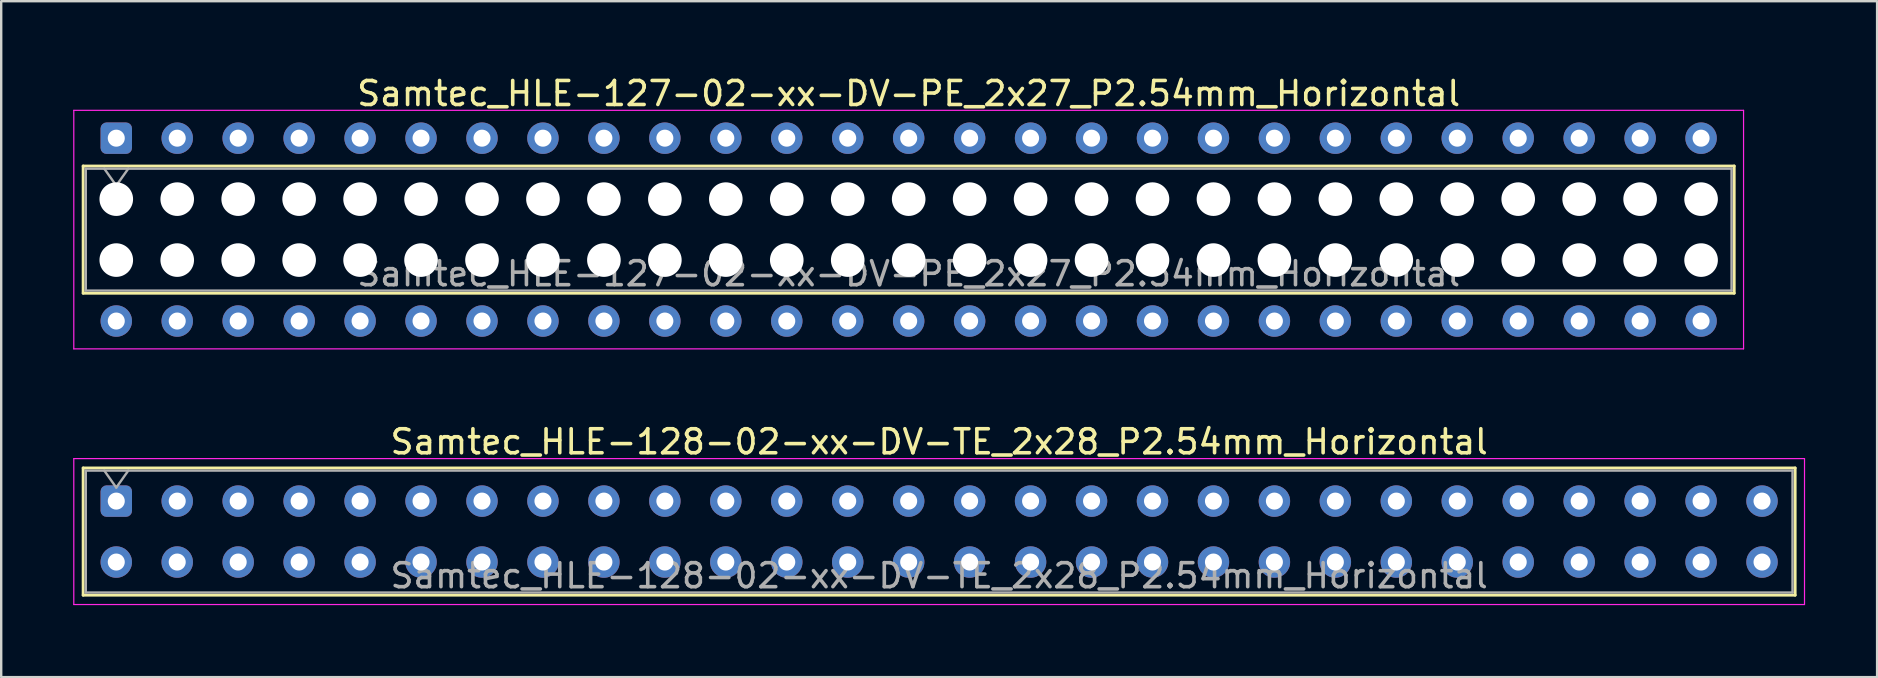
<source format=kicad_pcb>
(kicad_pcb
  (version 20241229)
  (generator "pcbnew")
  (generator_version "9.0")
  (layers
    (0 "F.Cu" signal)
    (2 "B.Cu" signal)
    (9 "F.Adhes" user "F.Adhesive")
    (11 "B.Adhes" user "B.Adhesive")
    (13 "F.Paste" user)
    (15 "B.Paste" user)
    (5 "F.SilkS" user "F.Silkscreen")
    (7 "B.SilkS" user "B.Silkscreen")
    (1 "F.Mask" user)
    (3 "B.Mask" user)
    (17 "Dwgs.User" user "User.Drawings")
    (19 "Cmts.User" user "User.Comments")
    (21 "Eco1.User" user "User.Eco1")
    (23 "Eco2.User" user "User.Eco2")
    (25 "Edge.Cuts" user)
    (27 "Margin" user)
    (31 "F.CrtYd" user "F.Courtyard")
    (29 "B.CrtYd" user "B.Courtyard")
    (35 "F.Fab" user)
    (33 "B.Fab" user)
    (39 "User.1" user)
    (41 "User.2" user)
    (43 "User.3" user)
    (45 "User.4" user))
  (footprint "Samtec_HLE-128-02-xx-DV-TE_2x28_P2.54mm_Horizontal"
    (layer "F.Cu")
    (at 1.795 17.831)
    (property "Reference" "Samtec_HLE-128-02-xx-DV-TE_2x28_P2.54mm_Horizontal" (at 34.29 -2.47 0) (layer "F.SilkS") (effects (font (size 1 1) (thickness 0.15))))
    (attr through_hole)
    (fp_line (start -1.38 -1.38) (end 69.96 -1.38) (stroke (width 0.12) (type solid)) (layer "F.SilkS"))
    (fp_line (start -1.38 3.92) (end -1.38 -1.38) (stroke (width 0.12) (type solid)) (layer "F.SilkS"))
    (fp_line (start 69.96 -1.38) (end 69.96 3.92) (stroke (width 0.12) (type solid)) (layer "F.SilkS"))
    (fp_line (start 69.96 3.92) (end -1.38 3.92) (stroke (width 0.12) (type solid)) (layer "F.SilkS"))
    (fp_line (start -1.77 -1.77) (end 70.35 -1.77) (stroke (width 0.05) (type solid)) (layer "F.CrtYd"))
    (fp_line (start -1.77 4.31) (end -1.77 -1.77) (stroke (width 0.05) (type solid)) (layer "F.CrtYd"))
    (fp_line (start 70.35 -1.77) (end 70.35 4.31) (stroke (width 0.05) (type solid)) (layer "F.CrtYd"))
    (fp_line (start 70.35 4.31) (end -1.77 4.31) (stroke (width 0.05) (type solid)) (layer "F.CrtYd"))
    (fp_line (start -1.27 -1.27) (end 69.85 -1.27) (stroke (width 0.1) (type solid)) (layer "F.Fab"))
    (fp_line (start -1.27 3.81) (end -1.27 -1.27) (stroke (width 0.1) (type solid)) (layer "F.Fab"))
    (fp_line (start -0.5 -1.27) (end 0 -0.563) (stroke (width 0.1) (type solid)) (layer "F.Fab"))
    (fp_line (start 0 -0.563) (end 0.5 -1.27) (stroke (width 0.1) (type solid)) (layer "F.Fab"))
    (fp_line (start 69.85 -1.27) (end 69.85 3.81) (stroke (width 0.1) (type solid)) (layer "F.Fab"))
    (fp_line (start 69.85 3.81) (end -1.27 3.81) (stroke (width 0.1) (type solid)) (layer "F.Fab"))
    (fp_text user "${REFERENCE}" (at 34.29 3.11 0) (layer "F.Fab") (effects (font (size 1 1) (thickness 0.15))))
    (pad "1" thru_hole roundrect (at 0 0) (size 1.31 1.31) (drill 0.71) (layers "*.Cu" "*.Mask") (roundrect_rratio 0.191))
    (pad "2" thru_hole circle (at 0 2.54) (size 1.31 1.31) (drill 0.71) (layers "*.Cu" "*.Mask"))
    (pad "3" thru_hole circle (at 2.54 0) (size 1.31 1.31) (drill 0.71) (layers "*.Cu" "*.Mask"))
    (pad "4" thru_hole circle (at 2.54 2.54) (size 1.31 1.31) (drill 0.71) (layers "*.Cu" "*.Mask"))
    (pad "5" thru_hole circle (at 5.08 0) (size 1.31 1.31) (drill 0.71) (layers "*.Cu" "*.Mask"))
    (pad "6" thru_hole circle (at 5.08 2.54) (size 1.31 1.31) (drill 0.71) (layers "*.Cu" "*.Mask"))
    (pad "7" thru_hole circle (at 7.62 0) (size 1.31 1.31) (drill 0.71) (layers "*.Cu" "*.Mask"))
    (pad "8" thru_hole circle (at 7.62 2.54) (size 1.31 1.31) (drill 0.71) (layers "*.Cu" "*.Mask"))
    (pad "9" thru_hole circle (at 10.16 0) (size 1.31 1.31) (drill 0.71) (layers "*.Cu" "*.Mask"))
    (pad "10" thru_hole circle (at 10.16 2.54) (size 1.31 1.31) (drill 0.71) (layers "*.Cu" "*.Mask"))
    (pad "11" thru_hole circle (at 12.7 0) (size 1.31 1.31) (drill 0.71) (layers "*.Cu" "*.Mask"))
    (pad "12" thru_hole circle (at 12.7 2.54) (size 1.31 1.31) (drill 0.71) (layers "*.Cu" "*.Mask"))
    (pad "13" thru_hole circle (at 15.24 0) (size 1.31 1.31) (drill 0.71) (layers "*.Cu" "*.Mask"))
    (pad "14" thru_hole circle (at 15.24 2.54) (size 1.31 1.31) (drill 0.71) (layers "*.Cu" "*.Mask"))
    (pad "15" thru_hole circle (at 17.78 0) (size 1.31 1.31) (drill 0.71) (layers "*.Cu" "*.Mask"))
    (pad "16" thru_hole circle (at 17.78 2.54) (size 1.31 1.31) (drill 0.71) (layers "*.Cu" "*.Mask"))
    (pad "17" thru_hole circle (at 20.32 0) (size 1.31 1.31) (drill 0.71) (layers "*.Cu" "*.Mask"))
    (pad "18" thru_hole circle (at 20.32 2.54) (size 1.31 1.31) (drill 0.71) (layers "*.Cu" "*.Mask"))
    (pad "19" thru_hole circle (at 22.86 0) (size 1.31 1.31) (drill 0.71) (layers "*.Cu" "*.Mask"))
    (pad "20" thru_hole circle (at 22.86 2.54) (size 1.31 1.31) (drill 0.71) (layers "*.Cu" "*.Mask"))
    (pad "21" thru_hole circle (at 25.4 0) (size 1.31 1.31) (drill 0.71) (layers "*.Cu" "*.Mask"))
    (pad "22" thru_hole circle (at 25.4 2.54) (size 1.31 1.31) (drill 0.71) (layers "*.Cu" "*.Mask"))
    (pad "23" thru_hole circle (at 27.94 0) (size 1.31 1.31) (drill 0.71) (layers "*.Cu" "*.Mask"))
    (pad "24" thru_hole circle (at 27.94 2.54) (size 1.31 1.31) (drill 0.71) (layers "*.Cu" "*.Mask"))
    (pad "25" thru_hole circle (at 30.48 0) (size 1.31 1.31) (drill 0.71) (layers "*.Cu" "*.Mask"))
    (pad "26" thru_hole circle (at 30.48 2.54) (size 1.31 1.31) (drill 0.71) (layers "*.Cu" "*.Mask"))
    (pad "27" thru_hole circle (at 33.02 0) (size 1.31 1.31) (drill 0.71) (layers "*.Cu" "*.Mask"))
    (pad "28" thru_hole circle (at 33.02 2.54) (size 1.31 1.31) (drill 0.71) (layers "*.Cu" "*.Mask"))
    (pad "29" thru_hole circle (at 35.56 0) (size 1.31 1.31) (drill 0.71) (layers "*.Cu" "*.Mask"))
    (pad "30" thru_hole circle (at 35.56 2.54) (size 1.31 1.31) (drill 0.71) (layers "*.Cu" "*.Mask"))
    (pad "31" thru_hole circle (at 38.1 0) (size 1.31 1.31) (drill 0.71) (layers "*.Cu" "*.Mask"))
    (pad "32" thru_hole circle (at 38.1 2.54) (size 1.31 1.31) (drill 0.71) (layers "*.Cu" "*.Mask"))
    (pad "33" thru_hole circle (at 40.64 0) (size 1.31 1.31) (drill 0.71) (layers "*.Cu" "*.Mask"))
    (pad "34" thru_hole circle (at 40.64 2.54) (size 1.31 1.31) (drill 0.71) (layers "*.Cu" "*.Mask"))
    (pad "35" thru_hole circle (at 43.18 0) (size 1.31 1.31) (drill 0.71) (layers "*.Cu" "*.Mask"))
    (pad "36" thru_hole circle (at 43.18 2.54) (size 1.31 1.31) (drill 0.71) (layers "*.Cu" "*.Mask"))
    (pad "37" thru_hole circle (at 45.72 0) (size 1.31 1.31) (drill 0.71) (layers "*.Cu" "*.Mask"))
    (pad "38" thru_hole circle (at 45.72 2.54) (size 1.31 1.31) (drill 0.71) (layers "*.Cu" "*.Mask"))
    (pad "39" thru_hole circle (at 48.26 0) (size 1.31 1.31) (drill 0.71) (layers "*.Cu" "*.Mask"))
    (pad "40" thru_hole circle (at 48.26 2.54) (size 1.31 1.31) (drill 0.71) (layers "*.Cu" "*.Mask"))
    (pad "41" thru_hole circle (at 50.8 0) (size 1.31 1.31) (drill 0.71) (layers "*.Cu" "*.Mask"))
    (pad "42" thru_hole circle (at 50.8 2.54) (size 1.31 1.31) (drill 0.71) (layers "*.Cu" "*.Mask"))
    (pad "43" thru_hole circle (at 53.34 0) (size 1.31 1.31) (drill 0.71) (layers "*.Cu" "*.Mask"))
    (pad "44" thru_hole circle (at 53.34 2.54) (size 1.31 1.31) (drill 0.71) (layers "*.Cu" "*.Mask"))
    (pad "45" thru_hole circle (at 55.88 0) (size 1.31 1.31) (drill 0.71) (layers "*.Cu" "*.Mask"))
    (pad "46" thru_hole circle (at 55.88 2.54) (size 1.31 1.31) (drill 0.71) (layers "*.Cu" "*.Mask"))
    (pad "47" thru_hole circle (at 58.42 0) (size 1.31 1.31) (drill 0.71) (layers "*.Cu" "*.Mask"))
    (pad "48" thru_hole circle (at 58.42 2.54) (size 1.31 1.31) (drill 0.71) (layers "*.Cu" "*.Mask"))
    (pad "49" thru_hole circle (at 60.96 0) (size 1.31 1.31) (drill 0.71) (layers "*.Cu" "*.Mask"))
    (pad "50" thru_hole circle (at 60.96 2.54) (size 1.31 1.31) (drill 0.71) (layers "*.Cu" "*.Mask"))
    (pad "51" thru_hole circle (at 63.5 0) (size 1.31 1.31) (drill 0.71) (layers "*.Cu" "*.Mask"))
    (pad "52" thru_hole circle (at 63.5 2.54) (size 1.31 1.31) (drill 0.71) (layers "*.Cu" "*.Mask"))
    (pad "53" thru_hole circle (at 66.04 0) (size 1.31 1.31) (drill 0.71) (layers "*.Cu" "*.Mask"))
    (pad "54" thru_hole circle (at 66.04 2.54) (size 1.31 1.31) (drill 0.71) (layers "*.Cu" "*.Mask"))
    (pad "55" thru_hole circle (at 68.58 0) (size 1.31 1.31) (drill 0.71) (layers "*.Cu" "*.Mask"))
    (pad "56" thru_hole circle (at 68.58 2.54) (size 1.31 1.31) (drill 0.71) (layers "*.Cu" "*.Mask")))
  (footprint "Samtec_HLE-127-02-xx-DV-PE_2x27_P2.54mm_Horizontal"
    (layer "F.Cu")
    (at 1.795 2.708)
    (property "Reference" "Samtec_HLE-127-02-xx-DV-PE_2x27_P2.54mm_Horizontal" (at 33.02 -1.86 0) (layer "F.SilkS") (effects (font (size 1 1) (thickness 0.15))))
    (attr through_hole)
    (fp_line (start -1.38 1.16) (end 67.42 1.16) (stroke (width 0.12) (type solid)) (layer "F.SilkS"))
    (fp_line (start -1.38 6.46) (end -1.38 1.16) (stroke (width 0.12) (type solid)) (layer "F.SilkS"))
    (fp_line (start 67.42 1.16) (end 67.42 6.46) (stroke (width 0.12) (type solid)) (layer "F.SilkS"))
    (fp_line (start 67.42 6.46) (end -1.38 6.46) (stroke (width 0.12) (type solid)) (layer "F.SilkS"))
    (fp_line (start -1.77 -1.16) (end 67.81 -1.16) (stroke (width 0.05) (type solid)) (layer "F.CrtYd"))
    (fp_line (start -1.77 8.78) (end -1.77 -1.16) (stroke (width 0.05) (type solid)) (layer "F.CrtYd"))
    (fp_line (start 67.81 -1.16) (end 67.81 8.78) (stroke (width 0.05) (type solid)) (layer "F.CrtYd"))
    (fp_line (start 67.81 8.78) (end -1.77 8.78) (stroke (width 0.05) (type solid)) (layer "F.CrtYd"))
    (fp_line (start -1.27 1.27) (end 67.31 1.27) (stroke (width 0.1) (type solid)) (layer "F.Fab"))
    (fp_line (start -1.27 6.35) (end -1.27 1.27) (stroke (width 0.1) (type solid)) (layer "F.Fab"))
    (fp_line (start -0.5 1.27) (end 0 1.977) (stroke (width 0.1) (type solid)) (layer "F.Fab"))
    (fp_line (start 0 1.977) (end 0.5 1.27) (stroke (width 0.1) (type solid)) (layer "F.Fab"))
    (fp_line (start 67.31 1.27) (end 67.31 6.35) (stroke (width 0.1) (type solid)) (layer "F.Fab"))
    (fp_line (start 67.31 6.35) (end -1.27 6.35) (stroke (width 0.1) (type solid)) (layer "F.Fab"))
    (fp_text user "${REFERENCE}" (at 33.02 5.65 0) (layer "F.Fab") (effects (font (size 1 1) (thickness 0.15))))
    (pad "" np_thru_hole circle (at 0 2.54) (size 1.4 1.4) (drill 1.4) (layers "*.Cu" "*.Mask"))
    (pad "" np_thru_hole circle (at 0 5.08) (size 1.4 1.4) (drill 1.4) (layers "*.Cu" "*.Mask"))
    (pad "" np_thru_hole circle (at 2.54 2.54) (size 1.4 1.4) (drill 1.4) (layers "*.Cu" "*.Mask"))
    (pad "" np_thru_hole circle (at 2.54 5.08) (size 1.4 1.4) (drill 1.4) (layers "*.Cu" "*.Mask"))
    (pad "" np_thru_hole circle (at 5.08 2.54) (size 1.4 1.4) (drill 1.4) (layers "*.Cu" "*.Mask"))
    (pad "" np_thru_hole circle (at 5.08 5.08) (size 1.4 1.4) (drill 1.4) (layers "*.Cu" "*.Mask"))
    (pad "" np_thru_hole circle (at 7.62 2.54) (size 1.4 1.4) (drill 1.4) (layers "*.Cu" "*.Mask"))
    (pad "" np_thru_hole circle (at 7.62 5.08) (size 1.4 1.4) (drill 1.4) (layers "*.Cu" "*.Mask"))
    (pad "" np_thru_hole circle (at 10.16 2.54) (size 1.4 1.4) (drill 1.4) (layers "*.Cu" "*.Mask"))
    (pad "" np_thru_hole circle (at 10.16 5.08) (size 1.4 1.4) (drill 1.4) (layers "*.Cu" "*.Mask"))
    (pad "" np_thru_hole circle (at 12.7 2.54) (size 1.4 1.4) (drill 1.4) (layers "*.Cu" "*.Mask"))
    (pad "" np_thru_hole circle (at 12.7 5.08) (size 1.4 1.4) (drill 1.4) (layers "*.Cu" "*.Mask"))
    (pad "" np_thru_hole circle (at 15.24 2.54) (size 1.4 1.4) (drill 1.4) (layers "*.Cu" "*.Mask"))
    (pad "" np_thru_hole circle (at 15.24 5.08) (size 1.4 1.4) (drill 1.4) (layers "*.Cu" "*.Mask"))
    (pad "" np_thru_hole circle (at 17.78 2.54) (size 1.4 1.4) (drill 1.4) (layers "*.Cu" "*.Mask"))
    (pad "" np_thru_hole circle (at 17.78 5.08) (size 1.4 1.4) (drill 1.4) (layers "*.Cu" "*.Mask"))
    (pad "" np_thru_hole circle (at 20.32 2.54) (size 1.4 1.4) (drill 1.4) (layers "*.Cu" "*.Mask"))
    (pad "" np_thru_hole circle (at 20.32 5.08) (size 1.4 1.4) (drill 1.4) (layers "*.Cu" "*.Mask"))
    (pad "" np_thru_hole circle (at 22.86 2.54) (size 1.4 1.4) (drill 1.4) (layers "*.Cu" "*.Mask"))
    (pad "" np_thru_hole circle (at 22.86 5.08) (size 1.4 1.4) (drill 1.4) (layers "*.Cu" "*.Mask"))
    (pad "" np_thru_hole circle (at 25.4 2.54) (size 1.4 1.4) (drill 1.4) (layers "*.Cu" "*.Mask"))
    (pad "" np_thru_hole circle (at 25.4 5.08) (size 1.4 1.4) (drill 1.4) (layers "*.Cu" "*.Mask"))
    (pad "" np_thru_hole circle (at 27.94 2.54) (size 1.4 1.4) (drill 1.4) (layers "*.Cu" "*.Mask"))
    (pad "" np_thru_hole circle (at 27.94 5.08) (size 1.4 1.4) (drill 1.4) (layers "*.Cu" "*.Mask"))
    (pad "" np_thru_hole circle (at 30.48 2.54) (size 1.4 1.4) (drill 1.4) (layers "*.Cu" "*.Mask"))
    (pad "" np_thru_hole circle (at 30.48 5.08) (size 1.4 1.4) (drill 1.4) (layers "*.Cu" "*.Mask"))
    (pad "" np_thru_hole circle (at 33.02 2.54) (size 1.4 1.4) (drill 1.4) (layers "*.Cu" "*.Mask"))
    (pad "" np_thru_hole circle (at 33.02 5.08) (size 1.4 1.4) (drill 1.4) (layers "*.Cu" "*.Mask"))
    (pad "" np_thru_hole circle (at 35.56 2.54) (size 1.4 1.4) (drill 1.4) (layers "*.Cu" "*.Mask"))
    (pad "" np_thru_hole circle (at 35.56 5.08) (size 1.4 1.4) (drill 1.4) (layers "*.Cu" "*.Mask"))
    (pad "" np_thru_hole circle (at 38.1 2.54) (size 1.4 1.4) (drill 1.4) (layers "*.Cu" "*.Mask"))
    (pad "" np_thru_hole circle (at 38.1 5.08) (size 1.4 1.4) (drill 1.4) (layers "*.Cu" "*.Mask"))
    (pad "" np_thru_hole circle (at 40.64 2.54) (size 1.4 1.4) (drill 1.4) (layers "*.Cu" "*.Mask"))
    (pad "" np_thru_hole circle (at 40.64 5.08) (size 1.4 1.4) (drill 1.4) (layers "*.Cu" "*.Mask"))
    (pad "" np_thru_hole circle (at 43.18 2.54) (size 1.4 1.4) (drill 1.4) (layers "*.Cu" "*.Mask"))
    (pad "" np_thru_hole circle (at 43.18 5.08) (size 1.4 1.4) (drill 1.4) (layers "*.Cu" "*.Mask"))
    (pad "" np_thru_hole circle (at 45.72 2.54) (size 1.4 1.4) (drill 1.4) (layers "*.Cu" "*.Mask"))
    (pad "" np_thru_hole circle (at 45.72 5.08) (size 1.4 1.4) (drill 1.4) (layers "*.Cu" "*.Mask"))
    (pad "" np_thru_hole circle (at 48.26 2.54) (size 1.4 1.4) (drill 1.4) (layers "*.Cu" "*.Mask"))
    (pad "" np_thru_hole circle (at 48.26 5.08) (size 1.4 1.4) (drill 1.4) (layers "*.Cu" "*.Mask"))
    (pad "" np_thru_hole circle (at 50.8 2.54) (size 1.4 1.4) (drill 1.4) (layers "*.Cu" "*.Mask"))
    (pad "" np_thru_hole circle (at 50.8 5.08) (size 1.4 1.4) (drill 1.4) (layers "*.Cu" "*.Mask"))
    (pad "" np_thru_hole circle (at 53.34 2.54) (size 1.4 1.4) (drill 1.4) (layers "*.Cu" "*.Mask"))
    (pad "" np_thru_hole circle (at 53.34 5.08) (size 1.4 1.4) (drill 1.4) (layers "*.Cu" "*.Mask"))
    (pad "" np_thru_hole circle (at 55.88 2.54) (size 1.4 1.4) (drill 1.4) (layers "*.Cu" "*.Mask"))
    (pad "" np_thru_hole circle (at 55.88 5.08) (size 1.4 1.4) (drill 1.4) (layers "*.Cu" "*.Mask"))
    (pad "" np_thru_hole circle (at 58.42 2.54) (size 1.4 1.4) (drill 1.4) (layers "*.Cu" "*.Mask"))
    (pad "" np_thru_hole circle (at 58.42 5.08) (size 1.4 1.4) (drill 1.4) (layers "*.Cu" "*.Mask"))
    (pad "" np_thru_hole circle (at 60.96 2.54) (size 1.4 1.4) (drill 1.4) (layers "*.Cu" "*.Mask"))
    (pad "" np_thru_hole circle (at 60.96 5.08) (size 1.4 1.4) (drill 1.4) (layers "*.Cu" "*.Mask"))
    (pad "" np_thru_hole circle (at 63.5 2.54) (size 1.4 1.4) (drill 1.4) (layers "*.Cu" "*.Mask"))
    (pad "" np_thru_hole circle (at 63.5 5.08) (size 1.4 1.4) (drill 1.4) (layers "*.Cu" "*.Mask"))
    (pad "" np_thru_hole circle (at 66.04 2.54) (size 1.4 1.4) (drill 1.4) (layers "*.Cu" "*.Mask"))
    (pad "" np_thru_hole circle (at 66.04 5.08) (size 1.4 1.4) (drill 1.4) (layers "*.Cu" "*.Mask"))
    (pad "1" thru_hole roundrect (at 0 0) (size 1.31 1.31) (drill 0.71) (layers "*.Cu" "*.Mask") (roundrect_rratio 0.191))
    (pad "2" thru_hole circle (at 0 7.62) (size 1.31 1.31) (drill 0.71) (layers "*.Cu" "*.Mask"))
    (pad "3" thru_hole circle (at 2.54 0) (size 1.31 1.31) (drill 0.71) (layers "*.Cu" "*.Mask"))
    (pad "4" thru_hole circle (at 2.54 7.62) (size 1.31 1.31) (drill 0.71) (layers "*.Cu" "*.Mask"))
    (pad "5" thru_hole circle (at 5.08 0) (size 1.31 1.31) (drill 0.71) (layers "*.Cu" "*.Mask"))
    (pad "6" thru_hole circle (at 5.08 7.62) (size 1.31 1.31) (drill 0.71) (layers "*.Cu" "*.Mask"))
    (pad "7" thru_hole circle (at 7.62 0) (size 1.31 1.31) (drill 0.71) (layers "*.Cu" "*.Mask"))
    (pad "8" thru_hole circle (at 7.62 7.62) (size 1.31 1.31) (drill 0.71) (layers "*.Cu" "*.Mask"))
    (pad "9" thru_hole circle (at 10.16 0) (size 1.31 1.31) (drill 0.71) (layers "*.Cu" "*.Mask"))
    (pad "10" thru_hole circle (at 10.16 7.62) (size 1.31 1.31) (drill 0.71) (layers "*.Cu" "*.Mask"))
    (pad "11" thru_hole circle (at 12.7 0) (size 1.31 1.31) (drill 0.71) (layers "*.Cu" "*.Mask"))
    (pad "12" thru_hole circle (at 12.7 7.62) (size 1.31 1.31) (drill 0.71) (layers "*.Cu" "*.Mask"))
    (pad "13" thru_hole circle (at 15.24 0) (size 1.31 1.31) (drill 0.71) (layers "*.Cu" "*.Mask"))
    (pad "14" thru_hole circle (at 15.24 7.62) (size 1.31 1.31) (drill 0.71) (layers "*.Cu" "*.Mask"))
    (pad "15" thru_hole circle (at 17.78 0) (size 1.31 1.31) (drill 0.71) (layers "*.Cu" "*.Mask"))
    (pad "16" thru_hole circle (at 17.78 7.62) (size 1.31 1.31) (drill 0.71) (layers "*.Cu" "*.Mask"))
    (pad "17" thru_hole circle (at 20.32 0) (size 1.31 1.31) (drill 0.71) (layers "*.Cu" "*.Mask"))
    (pad "18" thru_hole circle (at 20.32 7.62) (size 1.31 1.31) (drill 0.71) (layers "*.Cu" "*.Mask"))
    (pad "19" thru_hole circle (at 22.86 0) (size 1.31 1.31) (drill 0.71) (layers "*.Cu" "*.Mask"))
    (pad "20" thru_hole circle (at 22.86 7.62) (size 1.31 1.31) (drill 0.71) (layers "*.Cu" "*.Mask"))
    (pad "21" thru_hole circle (at 25.4 0) (size 1.31 1.31) (drill 0.71) (layers "*.Cu" "*.Mask"))
    (pad "22" thru_hole circle (at 25.4 7.62) (size 1.31 1.31) (drill 0.71) (layers "*.Cu" "*.Mask"))
    (pad "23" thru_hole circle (at 27.94 0) (size 1.31 1.31) (drill 0.71) (layers "*.Cu" "*.Mask"))
    (pad "24" thru_hole circle (at 27.94 7.62) (size 1.31 1.31) (drill 0.71) (layers "*.Cu" "*.Mask"))
    (pad "25" thru_hole circle (at 30.48 0) (size 1.31 1.31) (drill 0.71) (layers "*.Cu" "*.Mask"))
    (pad "26" thru_hole circle (at 30.48 7.62) (size 1.31 1.31) (drill 0.71) (layers "*.Cu" "*.Mask"))
    (pad "27" thru_hole circle (at 33.02 0) (size 1.31 1.31) (drill 0.71) (layers "*.Cu" "*.Mask"))
    (pad "28" thru_hole circle (at 33.02 7.62) (size 1.31 1.31) (drill 0.71) (layers "*.Cu" "*.Mask"))
    (pad "29" thru_hole circle (at 35.56 0) (size 1.31 1.31) (drill 0.71) (layers "*.Cu" "*.Mask"))
    (pad "30" thru_hole circle (at 35.56 7.62) (size 1.31 1.31) (drill 0.71) (layers "*.Cu" "*.Mask"))
    (pad "31" thru_hole circle (at 38.1 0) (size 1.31 1.31) (drill 0.71) (layers "*.Cu" "*.Mask"))
    (pad "32" thru_hole circle (at 38.1 7.62) (size 1.31 1.31) (drill 0.71) (layers "*.Cu" "*.Mask"))
    (pad "33" thru_hole circle (at 40.64 0) (size 1.31 1.31) (drill 0.71) (layers "*.Cu" "*.Mask"))
    (pad "34" thru_hole circle (at 40.64 7.62) (size 1.31 1.31) (drill 0.71) (layers "*.Cu" "*.Mask"))
    (pad "35" thru_hole circle (at 43.18 0) (size 1.31 1.31) (drill 0.71) (layers "*.Cu" "*.Mask"))
    (pad "36" thru_hole circle (at 43.18 7.62) (size 1.31 1.31) (drill 0.71) (layers "*.Cu" "*.Mask"))
    (pad "37" thru_hole circle (at 45.72 0) (size 1.31 1.31) (drill 0.71) (layers "*.Cu" "*.Mask"))
    (pad "38" thru_hole circle (at 45.72 7.62) (size 1.31 1.31) (drill 0.71) (layers "*.Cu" "*.Mask"))
    (pad "39" thru_hole circle (at 48.26 0) (size 1.31 1.31) (drill 0.71) (layers "*.Cu" "*.Mask"))
    (pad "40" thru_hole circle (at 48.26 7.62) (size 1.31 1.31) (drill 0.71) (layers "*.Cu" "*.Mask"))
    (pad "41" thru_hole circle (at 50.8 0) (size 1.31 1.31) (drill 0.71) (layers "*.Cu" "*.Mask"))
    (pad "42" thru_hole circle (at 50.8 7.62) (size 1.31 1.31) (drill 0.71) (layers "*.Cu" "*.Mask"))
    (pad "43" thru_hole circle (at 53.34 0) (size 1.31 1.31) (drill 0.71) (layers "*.Cu" "*.Mask"))
    (pad "44" thru_hole circle (at 53.34 7.62) (size 1.31 1.31) (drill 0.71) (layers "*.Cu" "*.Mask"))
    (pad "45" thru_hole circle (at 55.88 0) (size 1.31 1.31) (drill 0.71) (layers "*.Cu" "*.Mask"))
    (pad "46" thru_hole circle (at 55.88 7.62) (size 1.31 1.31) (drill 0.71) (layers "*.Cu" "*.Mask"))
    (pad "47" thru_hole circle (at 58.42 0) (size 1.31 1.31) (drill 0.71) (layers "*.Cu" "*.Mask"))
    (pad "48" thru_hole circle (at 58.42 7.62) (size 1.31 1.31) (drill 0.71) (layers "*.Cu" "*.Mask"))
    (pad "49" thru_hole circle (at 60.96 0) (size 1.31 1.31) (drill 0.71) (layers "*.Cu" "*.Mask"))
    (pad "50" thru_hole circle (at 60.96 7.62) (size 1.31 1.31) (drill 0.71) (layers "*.Cu" "*.Mask"))
    (pad "51" thru_hole circle (at 63.5 0) (size 1.31 1.31) (drill 0.71) (layers "*.Cu" "*.Mask"))
    (pad "52" thru_hole circle (at 63.5 7.62) (size 1.31 1.31) (drill 0.71) (layers "*.Cu" "*.Mask"))
    (pad "53" thru_hole circle (at 66.04 0) (size 1.31 1.31) (drill 0.71) (layers "*.Cu" "*.Mask"))
    (pad "54" thru_hole circle (at 66.04 7.62) (size 1.31 1.31) (drill 0.71) (layers "*.Cu" "*.Mask")))
  (gr_rect
    (start -3 -3)
    (end 75.17 25.166)
    (stroke (width 0.1) (type default))
    (fill no)
    (layer "Edge.Cuts")))
</source>
